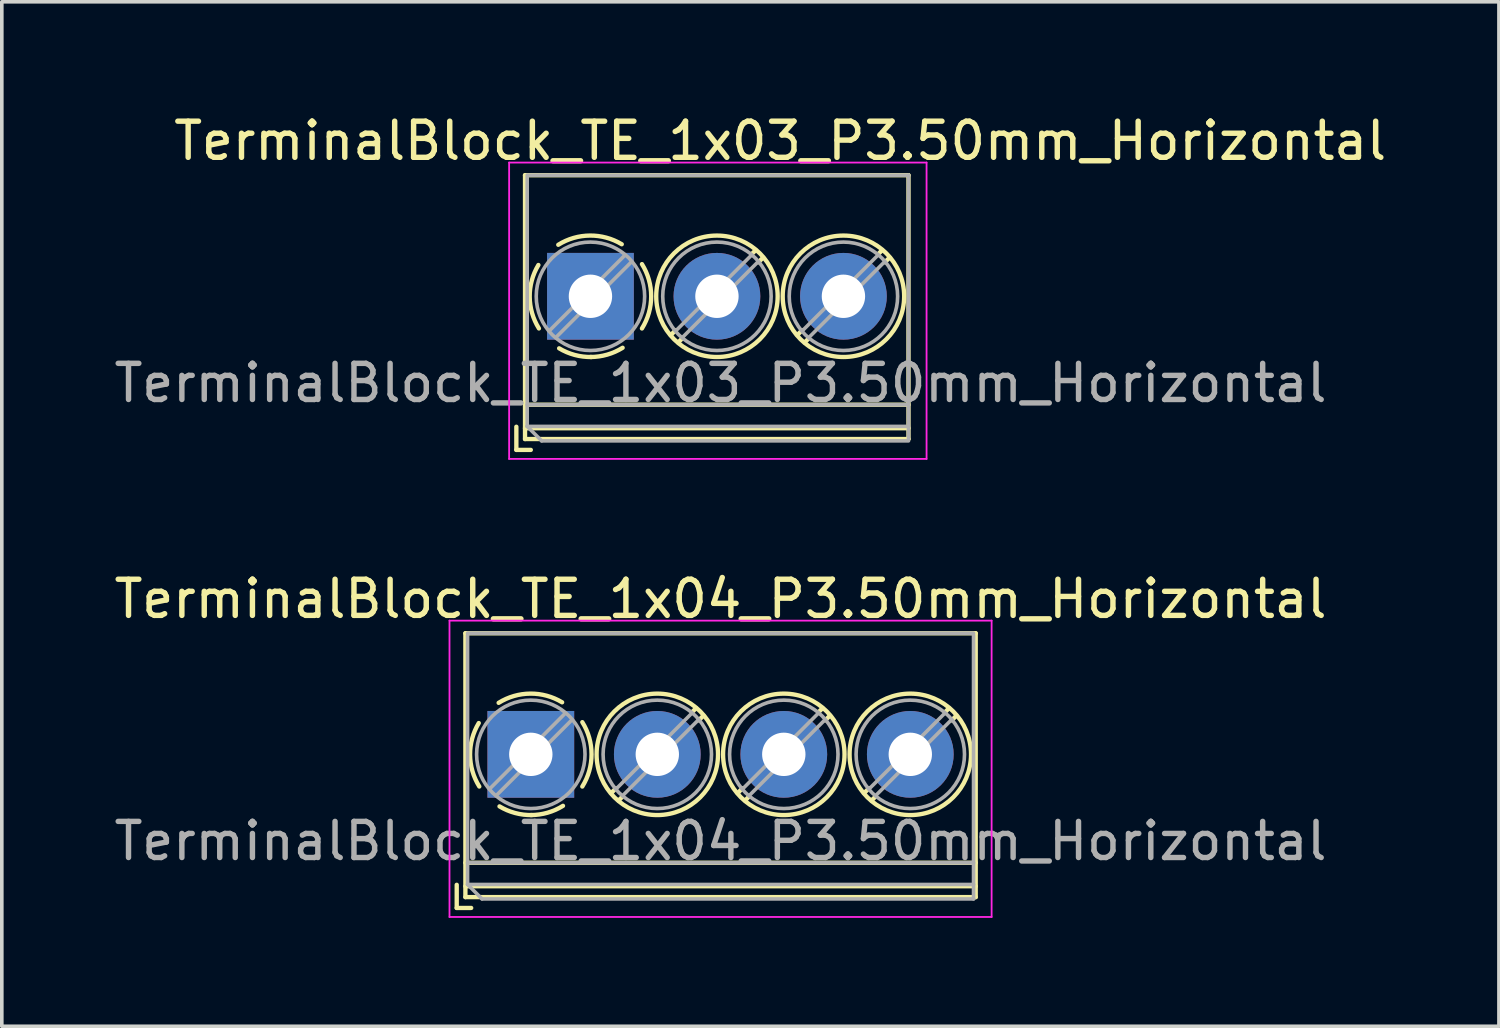
<source format=kicad_pcb>
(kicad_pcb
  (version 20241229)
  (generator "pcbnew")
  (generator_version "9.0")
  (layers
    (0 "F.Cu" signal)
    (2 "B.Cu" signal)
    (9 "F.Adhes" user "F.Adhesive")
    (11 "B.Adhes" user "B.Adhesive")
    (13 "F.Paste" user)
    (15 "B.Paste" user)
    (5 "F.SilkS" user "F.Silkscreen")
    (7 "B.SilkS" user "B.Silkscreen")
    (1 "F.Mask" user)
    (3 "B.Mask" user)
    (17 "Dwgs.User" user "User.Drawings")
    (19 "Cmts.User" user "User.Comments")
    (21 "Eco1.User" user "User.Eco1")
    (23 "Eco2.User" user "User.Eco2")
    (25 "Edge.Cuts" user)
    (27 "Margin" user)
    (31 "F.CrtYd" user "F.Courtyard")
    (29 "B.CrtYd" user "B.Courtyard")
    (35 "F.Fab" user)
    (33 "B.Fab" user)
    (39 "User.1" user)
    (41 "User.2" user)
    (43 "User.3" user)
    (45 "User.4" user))
  (footprint "TerminalBlock_TE_1x04_P3.50mm_Horizontal"
    (layer "F.Cu")
    (at 11.637 17.822)
    (property "Reference" "TerminalBlock_TE_1x04_P3.50mm_Horizontal" (at 5.25 -4.3 0) (layer "F.SilkS") (effects (font (size 1 1) (thickness 0.15))))
    (attr through_hole)
    (fp_line (start -2.05 3.61) (end -2.05 4.25) (stroke (width 0.12) (type solid)) (layer "F.SilkS"))
    (fp_line (start -2.05 4.25) (end -1.65 4.25) (stroke (width 0.12) (type solid)) (layer "F.SilkS"))
    (fp_line (start -1.81 -3.35) (end -1.81 3.95) (stroke (width 0.12) (type solid)) (layer "F.SilkS"))
    (fp_line (start -1.81 -3.35) (end 12.31 -3.35) (stroke (width 0.12) (type solid)) (layer "F.SilkS"))
    (fp_line (start -1.81 3) (end 12.31 3) (stroke (width 0.12) (type solid)) (layer "F.SilkS"))
    (fp_line (start -1.81 3.65) (end 12.31 3.65) (stroke (width 0.12) (type solid)) (layer "F.SilkS"))
    (fp_line (start -1.81 3.95) (end 12.31 3.95) (stroke (width 0.12) (type solid)) (layer "F.SilkS"))
    (fp_line (start 2.355 0.941) (end 2.226 1.069) (stroke (width 0.12) (type solid)) (layer "F.SilkS"))
    (fp_line (start 2.525 1.181) (end 2.431 1.274) (stroke (width 0.12) (type solid)) (layer "F.SilkS"))
    (fp_line (start 4.57 -1.275) (end 4.476 -1.181) (stroke (width 0.12) (type solid)) (layer "F.SilkS"))
    (fp_line (start 4.775 -1.069) (end 4.646 -0.941) (stroke (width 0.12) (type solid)) (layer "F.SilkS"))
    (fp_line (start 5.855 0.941) (end 5.726 1.069) (stroke (width 0.12) (type solid)) (layer "F.SilkS"))
    (fp_line (start 6.025 1.181) (end 5.931 1.274) (stroke (width 0.12) (type solid)) (layer "F.SilkS"))
    (fp_line (start 8.07 -1.275) (end 7.976 -1.181) (stroke (width 0.12) (type solid)) (layer "F.SilkS"))
    (fp_line (start 8.275 -1.069) (end 8.146 -0.941) (stroke (width 0.12) (type solid)) (layer "F.SilkS"))
    (fp_line (start 9.355 0.941) (end 9.226 1.069) (stroke (width 0.12) (type solid)) (layer "F.SilkS"))
    (fp_line (start 9.525 1.181) (end 9.431 1.274) (stroke (width 0.12) (type solid)) (layer "F.SilkS"))
    (fp_line (start 11.57 -1.275) (end 11.476 -1.181) (stroke (width 0.12) (type solid)) (layer "F.SilkS"))
    (fp_line (start 11.775 -1.069) (end 11.646 -0.941) (stroke (width 0.12) (type solid)) (layer "F.SilkS"))
    (fp_line (start 12.31 -3.35) (end 12.31 3.95) (stroke (width 0.12) (type solid)) (layer "F.SilkS"))
    (fp_arc (start -1.425358 0.889894) (mid -1.680286 0.014012) (end -1.44 -0.866) (stroke (width 0.12) (type solid)) (layer "F.SilkS"))
    (fp_arc (start -0.889894 -1.425358) (mid -0.014012 -1.680286) (end 0.866 -1.44) (stroke (width 0.12) (type solid)) (layer "F.SilkS"))
    (fp_arc (start 0.028674 1.680099) (mid -0.435535 1.622918) (end -0.866 1.44) (stroke (width 0.12) (type solid)) (layer "F.SilkS"))
    (fp_arc (start 0.890264 1.424721) (mid 0.463071 1.61492) (end 0 1.68) (stroke (width 0.12) (type solid)) (layer "F.SilkS"))
    (fp_arc (start 1.425504 -0.890193) (mid 1.680626 0.000476) (end 1.425 0.891) (stroke (width 0.12) (type solid)) (layer "F.SilkS"))
    (fp_circle (center 3.5 0) (end 5.18 0) (stroke (width 0.12) (type solid)) (fill no) (layer "F.SilkS"))
    (fp_circle (center 7 0) (end 8.68 0) (stroke (width 0.12) (type solid)) (fill no) (layer "F.SilkS"))
    (fp_circle (center 10.5 0) (end 12.18 0) (stroke (width 0.12) (type solid)) (fill no) (layer "F.SilkS"))
    (fp_line (start -2.25 -3.7) (end -2.25 4.5) (stroke (width 0.05) (type solid)) (layer "F.CrtYd"))
    (fp_line (start -2.25 4.5) (end 12.75 4.5) (stroke (width 0.05) (type solid)) (layer "F.CrtYd"))
    (fp_line (start 12.75 -3.7) (end -2.25 -3.7) (stroke (width 0.05) (type solid)) (layer "F.CrtYd"))
    (fp_line (start 12.75 4.5) (end 12.75 -3.7) (stroke (width 0.05) (type solid)) (layer "F.CrtYd"))
    (fp_line (start -1.75 -3.35) (end 12.25 -3.35) (stroke (width 0.1) (type solid)) (layer "F.Fab"))
    (fp_line (start -1.75 3) (end 12.25 3) (stroke (width 0.1) (type solid)) (layer "F.Fab"))
    (fp_line (start -1.75 3.6) (end -1.75 -3.3) (stroke (width 0.1) (type solid)) (layer "F.Fab"))
    (fp_line (start -1.75 3.6) (end 12.25 3.6) (stroke (width 0.1) (type solid)) (layer "F.Fab"))
    (fp_line (start -1.35 4) (end -1.75 3.6) (stroke (width 0.1) (type solid)) (layer "F.Fab"))
    (fp_line (start 0.955 -1.138) (end -1.138 0.955) (stroke (width 0.1) (type solid)) (layer "F.Fab"))
    (fp_line (start 1.138 -0.955) (end -0.955 1.138) (stroke (width 0.1) (type solid)) (layer "F.Fab"))
    (fp_line (start 4.455 -1.138) (end 2.363 0.955) (stroke (width 0.1) (type solid)) (layer "F.Fab"))
    (fp_line (start 4.638 -0.955) (end 2.546 1.138) (stroke (width 0.1) (type solid)) (layer "F.Fab"))
    (fp_line (start 7.955 -1.138) (end 5.863 0.955) (stroke (width 0.1) (type solid)) (layer "F.Fab"))
    (fp_line (start 8.138 -0.955) (end 6.046 1.138) (stroke (width 0.1) (type solid)) (layer "F.Fab"))
    (fp_line (start 11.455 -1.138) (end 9.363 0.955) (stroke (width 0.1) (type solid)) (layer "F.Fab"))
    (fp_line (start 11.638 -0.955) (end 9.546 1.138) (stroke (width 0.1) (type solid)) (layer "F.Fab"))
    (fp_line (start 12.25 -3.3) (end 12.25 4) (stroke (width 0.1) (type solid)) (layer "F.Fab"))
    (fp_line (start 12.25 4) (end -1.35 4) (stroke (width 0.1) (type solid)) (layer "F.Fab"))
    (fp_circle (center 0 0) (end 1.5 0) (stroke (width 0.1) (type solid)) (fill no) (layer "F.Fab"))
    (fp_circle (center 3.5 0) (end 5 0) (stroke (width 0.1) (type solid)) (fill no) (layer "F.Fab"))
    (fp_circle (center 7 0) (end 8.5 0) (stroke (width 0.1) (type solid)) (fill no) (layer "F.Fab"))
    (fp_circle (center 10.5 0) (end 12 0) (stroke (width 0.1) (type solid)) (fill no) (layer "F.Fab"))
    (fp_text user "${REFERENCE}" (at 5.25 2.4 0) (layer "F.Fab") (effects (font (size 1 1) (thickness 0.15))))
    (pad "1" thru_hole rect (at 0 0) (size 2.4 2.4) (drill 1.2) (layers "*.Cu" "*.Mask"))
    (pad "2" thru_hole circle (at 3.5 0) (size 2.4 2.4) (drill 1.2) (layers "*.Cu" "*.Mask"))
    (pad "3" thru_hole circle (at 7 0) (size 2.4 2.4) (drill 1.2) (layers "*.Cu" "*.Mask"))
    (pad "4" thru_hole circle (at 10.5 0) (size 2.4 2.4) (drill 1.2) (layers "*.Cu" "*.Mask")))
  (footprint "TerminalBlock_TE_1x03_P3.50mm_Horizontal"
    (layer "F.Cu")
    (at 13.287 5.148)
    (property "Reference" "TerminalBlock_TE_1x03_P3.50mm_Horizontal" (at 5.25 -4.3 0) (layer "F.SilkS") (effects (font (size 1 1) (thickness 0.15))))
    (attr through_hole)
    (fp_line (start -2.05 3.61) (end -2.05 4.25) (stroke (width 0.12) (type solid)) (layer "F.SilkS"))
    (fp_line (start -2.05 4.25) (end -1.65 4.25) (stroke (width 0.12) (type solid)) (layer "F.SilkS"))
    (fp_line (start -1.81 -3.35) (end -1.81 3.95) (stroke (width 0.12) (type solid)) (layer "F.SilkS"))
    (fp_line (start -1.81 -3.35) (end 8.8 -3.35) (stroke (width 0.12) (type solid)) (layer "F.SilkS"))
    (fp_line (start -1.81 3) (end 8.8 3) (stroke (width 0.12) (type solid)) (layer "F.SilkS"))
    (fp_line (start -1.81 3.65) (end 8.8 3.65) (stroke (width 0.12) (type solid)) (layer "F.SilkS"))
    (fp_line (start -1.81 3.95) (end 8.8 3.95) (stroke (width 0.12) (type solid)) (layer "F.SilkS"))
    (fp_line (start 2.355 0.941) (end 2.226 1.069) (stroke (width 0.12) (type solid)) (layer "F.SilkS"))
    (fp_line (start 2.525 1.181) (end 2.431 1.274) (stroke (width 0.12) (type solid)) (layer "F.SilkS"))
    (fp_line (start 4.57 -1.275) (end 4.476 -1.181) (stroke (width 0.12) (type solid)) (layer "F.SilkS"))
    (fp_line (start 4.775 -1.069) (end 4.646 -0.941) (stroke (width 0.12) (type solid)) (layer "F.SilkS"))
    (fp_line (start 5.855 0.941) (end 5.726 1.069) (stroke (width 0.12) (type solid)) (layer "F.SilkS"))
    (fp_line (start 6.025 1.181) (end 5.931 1.274) (stroke (width 0.12) (type solid)) (layer "F.SilkS"))
    (fp_line (start 8.07 -1.275) (end 7.976 -1.181) (stroke (width 0.12) (type solid)) (layer "F.SilkS"))
    (fp_line (start 8.275 -1.069) (end 8.146 -0.941) (stroke (width 0.12) (type solid)) (layer "F.SilkS"))
    (fp_line (start 8.8 -3.35) (end 8.8 3.95) (stroke (width 0.12) (type solid)) (layer "F.SilkS"))
    (fp_arc (start -1.425358 0.889894) (mid -1.680286 0.014012) (end -1.44 -0.866) (stroke (width 0.12) (type solid)) (layer "F.SilkS"))
    (fp_arc (start -0.889894 -1.425358) (mid -0.014012 -1.680286) (end 0.866 -1.44) (stroke (width 0.12) (type solid)) (layer "F.SilkS"))
    (fp_arc (start 0.028674 1.680099) (mid -0.435535 1.622918) (end -0.866 1.44) (stroke (width 0.12) (type solid)) (layer "F.SilkS"))
    (fp_arc (start 0.890264 1.424721) (mid 0.463071 1.61492) (end 0 1.68) (stroke (width 0.12) (type solid)) (layer "F.SilkS"))
    (fp_arc (start 1.425504 -0.890193) (mid 1.680626 0.000476) (end 1.425 0.891) (stroke (width 0.12) (type solid)) (layer "F.SilkS"))
    (fp_circle (center 3.5 0) (end 5.18 0) (stroke (width 0.12) (type solid)) (fill no) (layer "F.SilkS"))
    (fp_circle (center 7 0) (end 8.68 0) (stroke (width 0.12) (type solid)) (fill no) (layer "F.SilkS"))
    (fp_line (start -2.25 -3.7) (end -2.25 4.5) (stroke (width 0.05) (type solid)) (layer "F.CrtYd"))
    (fp_line (start -2.25 4.5) (end 9.3 4.5) (stroke (width 0.05) (type solid)) (layer "F.CrtYd"))
    (fp_line (start 9.3 -3.7) (end -2.25 -3.7) (stroke (width 0.05) (type solid)) (layer "F.CrtYd"))
    (fp_line (start 9.3 4.5) (end 9.3 -3.7) (stroke (width 0.05) (type solid)) (layer "F.CrtYd"))
    (fp_line (start -1.75 -3.35) (end 8.8 -3.35) (stroke (width 0.1) (type solid)) (layer "F.Fab"))
    (fp_line (start -1.75 3) (end 8.8 3) (stroke (width 0.1) (type solid)) (layer "F.Fab"))
    (fp_line (start -1.75 3.6) (end -1.75 -3.3) (stroke (width 0.1) (type solid)) (layer "F.Fab"))
    (fp_line (start -1.75 3.6) (end 8.8 3.6) (stroke (width 0.1) (type solid)) (layer "F.Fab"))
    (fp_line (start -1.35 4) (end -1.75 3.6) (stroke (width 0.1) (type solid)) (layer "F.Fab"))
    (fp_line (start 0.955 -1.138) (end -1.138 0.955) (stroke (width 0.1) (type solid)) (layer "F.Fab"))
    (fp_line (start 1.138 -0.955) (end -0.955 1.138) (stroke (width 0.1) (type solid)) (layer "F.Fab"))
    (fp_line (start 4.455 -1.138) (end 2.363 0.955) (stroke (width 0.1) (type solid)) (layer "F.Fab"))
    (fp_line (start 4.638 -0.955) (end 2.546 1.138) (stroke (width 0.1) (type solid)) (layer "F.Fab"))
    (fp_line (start 7.955 -1.138) (end 5.863 0.955) (stroke (width 0.1) (type solid)) (layer "F.Fab"))
    (fp_line (start 8.138 -0.955) (end 6.046 1.138) (stroke (width 0.1) (type solid)) (layer "F.Fab"))
    (fp_line (start 8.8 -3.35) (end 8.8 3.95) (stroke (width 0.1) (type solid)) (layer "F.Fab"))
    (fp_line (start 8.8 4) (end -1.35 4) (stroke (width 0.1) (type solid)) (layer "F.Fab"))
    (fp_circle (center 0 0) (end 1.5 0) (stroke (width 0.1) (type solid)) (fill no) (layer "F.Fab"))
    (fp_circle (center 3.5 0) (end 5 0) (stroke (width 0.1) (type solid)) (fill no) (layer "F.Fab"))
    (fp_circle (center 7 0) (end 8.5 0) (stroke (width 0.1) (type solid)) (fill no) (layer "F.Fab"))
    (fp_text user "${REFERENCE}" (at 3.6 2.4 0) (layer "F.Fab") (effects (font (size 1 1) (thickness 0.15))))
    (pad "1" thru_hole rect (at 0 0) (size 2.4 2.4) (drill 1.2) (layers "*.Cu" "*.Mask"))
    (pad "2" thru_hole circle (at 3.5 0) (size 2.4 2.4) (drill 1.2) (layers "*.Cu" "*.Mask"))
    (pad "3" thru_hole circle (at 7 0) (size 2.4 2.4) (drill 1.2) (layers "*.Cu" "*.Mask")))
  (gr_rect
    (start -3 -3)
    (end 38.424 25.346)
    (stroke (width 0.1) (type default))
    (fill no)
    (layer "Edge.Cuts")))
</source>
